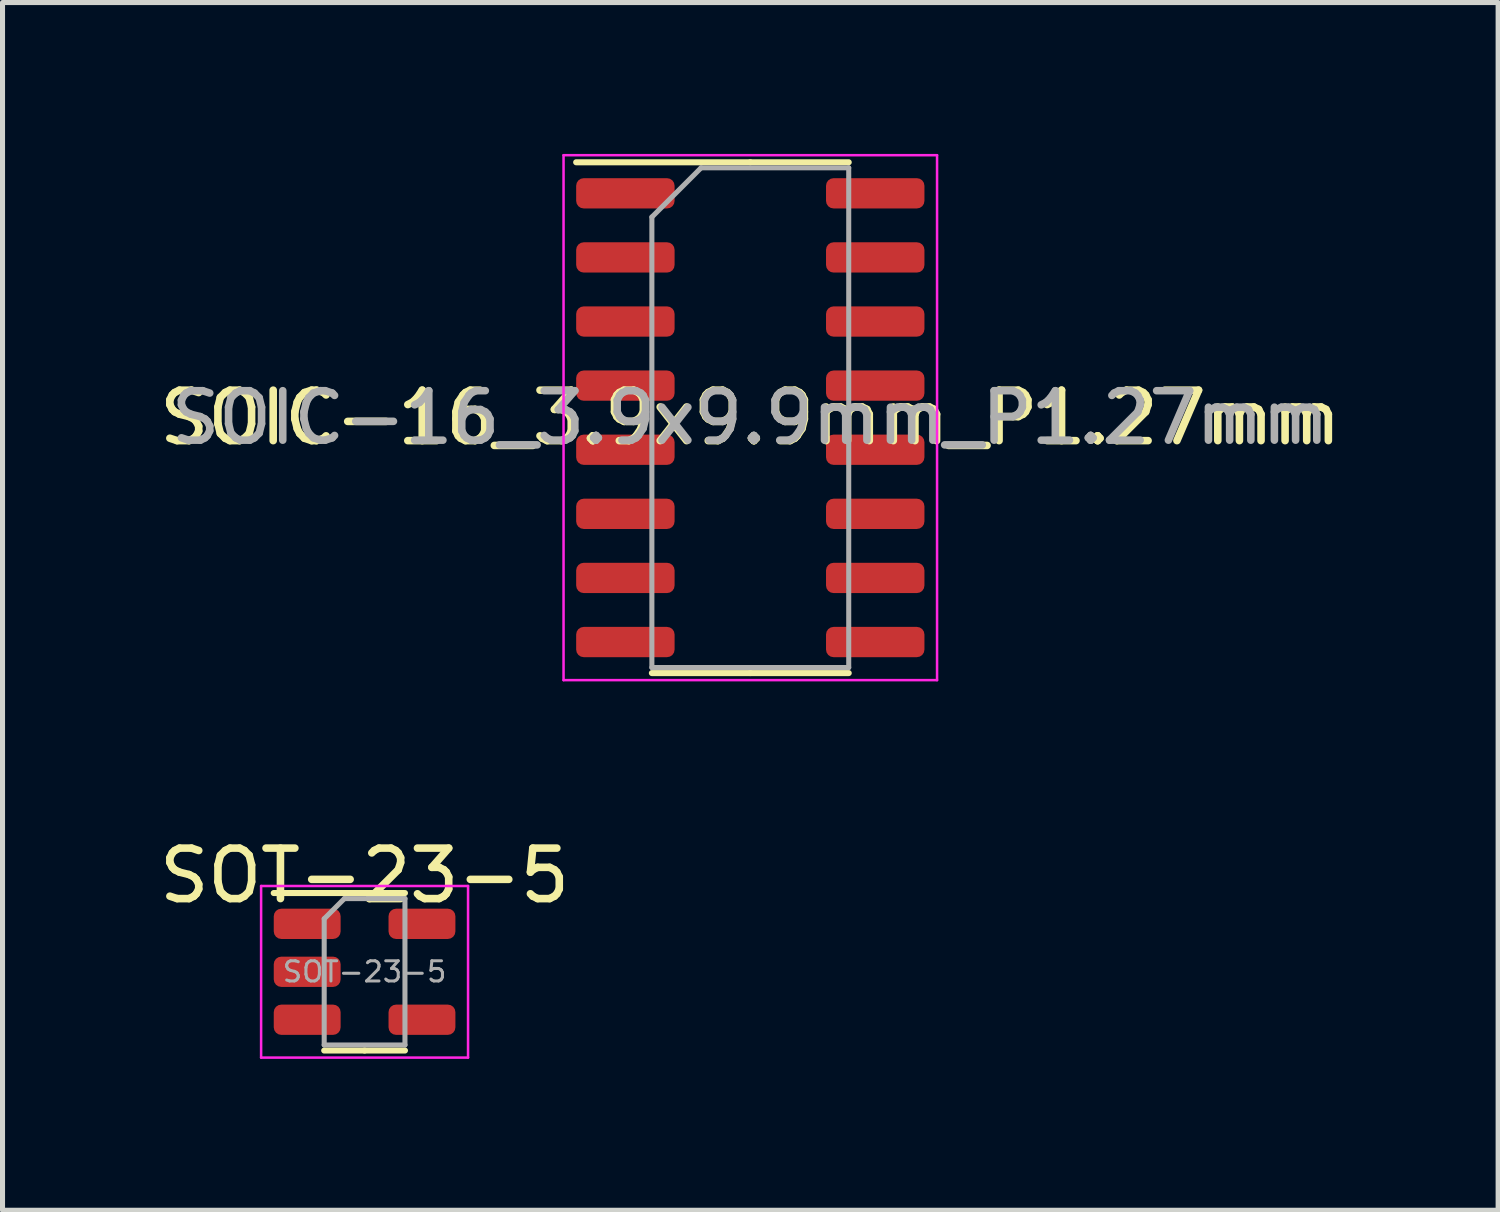
<source format=kicad_pcb>
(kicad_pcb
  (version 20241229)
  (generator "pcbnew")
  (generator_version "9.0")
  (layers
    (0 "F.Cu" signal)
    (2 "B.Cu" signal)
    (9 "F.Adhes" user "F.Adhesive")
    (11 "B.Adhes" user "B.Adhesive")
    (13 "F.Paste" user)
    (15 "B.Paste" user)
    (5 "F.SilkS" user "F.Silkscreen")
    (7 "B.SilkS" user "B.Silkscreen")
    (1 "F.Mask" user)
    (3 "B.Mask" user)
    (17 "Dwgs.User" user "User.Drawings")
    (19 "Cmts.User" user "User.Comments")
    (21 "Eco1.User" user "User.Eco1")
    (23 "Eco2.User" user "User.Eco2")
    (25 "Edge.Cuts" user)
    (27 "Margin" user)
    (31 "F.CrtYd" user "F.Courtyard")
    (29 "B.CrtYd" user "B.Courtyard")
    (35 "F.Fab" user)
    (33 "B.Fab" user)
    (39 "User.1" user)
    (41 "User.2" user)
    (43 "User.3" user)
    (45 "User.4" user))
  (footprint "SOT-23-5"
    (layer "F.Cu")
    (at 4.173 16.203)
    (property "Reference" "SOT-23-5" (at 0 -1.905 180) (layer "F.SilkS") (effects (font (size 1 1) (thickness 0.15))))
    (attr smd)
    (fp_line (start 0 -1.56) (end -1.8 -1.56) (stroke (width 0.12) (type solid)) (layer "F.SilkS"))
    (fp_line (start 0 -1.56) (end 0.8 -1.56) (stroke (width 0.12) (type solid)) (layer "F.SilkS"))
    (fp_line (start 0 1.56) (end -0.8 1.56) (stroke (width 0.12) (type solid)) (layer "F.SilkS"))
    (fp_line (start 0 1.56) (end 0.8 1.56) (stroke (width 0.12) (type solid)) (layer "F.SilkS"))
    (fp_line (start -2.05 -1.7) (end -2.05 1.7) (stroke (width 0.05) (type solid)) (layer "F.CrtYd"))
    (fp_line (start -2.05 1.7) (end 2.05 1.7) (stroke (width 0.05) (type solid)) (layer "F.CrtYd"))
    (fp_line (start 2.05 -1.7) (end -2.05 -1.7) (stroke (width 0.05) (type solid)) (layer "F.CrtYd"))
    (fp_line (start 2.05 1.7) (end 2.05 -1.7) (stroke (width 0.05) (type solid)) (layer "F.CrtYd"))
    (fp_line (start -0.8 -1.05) (end -0.4 -1.45) (stroke (width 0.1) (type solid)) (layer "F.Fab"))
    (fp_line (start -0.8 1.45) (end -0.8 -1.05) (stroke (width 0.1) (type solid)) (layer "F.Fab"))
    (fp_line (start -0.4 -1.45) (end 0.8 -1.45) (stroke (width 0.1) (type solid)) (layer "F.Fab"))
    (fp_line (start 0.8 -1.45) (end 0.8 1.45) (stroke (width 0.1) (type solid)) (layer "F.Fab"))
    (fp_line (start 0.8 1.45) (end -0.8 1.45) (stroke (width 0.1) (type solid)) (layer "F.Fab"))
    (fp_text user "${REFERENCE}" (at 0 0 180) (layer "F.Fab") (effects (font (size 0.4 0.4) (thickness 0.06))))
    (pad "1" smd roundrect (at -1.137 -0.95) (size 1.325 0.6) (layers "F.Cu" "F.Mask" "F.Paste") (roundrect_rratio 0.25))
    (pad "2" smd roundrect (at -1.137 0) (size 1.325 0.6) (layers "F.Cu" "F.Mask" "F.Paste") (roundrect_rratio 0.25))
    (pad "3" smd roundrect (at -1.137 0.95) (size 1.325 0.6) (layers "F.Cu" "F.Mask" "F.Paste") (roundrect_rratio 0.25))
    (pad "4" smd roundrect (at 1.137 0.95) (size 1.325 0.6) (layers "F.Cu" "F.Mask" "F.Paste") (roundrect_rratio 0.25))
    (pad "5" smd roundrect (at 1.137 -0.95) (size 1.325 0.6) (layers "F.Cu" "F.Mask" "F.Paste") (roundrect_rratio 0.25)))
  (footprint "SOIC-16_3.9x9.9mm_P1.27mm"
    (layer "F.Cu")
    (at 11.815 5.225)
    (property "Reference" "SOIC-16_3.9x9.9mm_P1.27mm" (at 0 0 0) (layer "F.SilkS") (effects (font (size 1 1) (thickness 0.15))))
    (attr smd)
    (fp_line (start 0 -5.06) (end -3.45 -5.06) (stroke (width 0.12) (type solid)) (layer "F.SilkS"))
    (fp_line (start 0 -5.06) (end 1.95 -5.06) (stroke (width 0.12) (type solid)) (layer "F.SilkS"))
    (fp_line (start 0 5.06) (end -1.95 5.06) (stroke (width 0.12) (type solid)) (layer "F.SilkS"))
    (fp_line (start 0 5.06) (end 1.95 5.06) (stroke (width 0.12) (type solid)) (layer "F.SilkS"))
    (fp_line (start -3.7 -5.2) (end -3.7 5.2) (stroke (width 0.05) (type solid)) (layer "F.CrtYd"))
    (fp_line (start -3.7 5.2) (end 3.7 5.2) (stroke (width 0.05) (type solid)) (layer "F.CrtYd"))
    (fp_line (start 3.7 -5.2) (end -3.7 -5.2) (stroke (width 0.05) (type solid)) (layer "F.CrtYd"))
    (fp_line (start 3.7 5.2) (end 3.7 -5.2) (stroke (width 0.05) (type solid)) (layer "F.CrtYd"))
    (fp_line (start -1.95 -3.975) (end -0.975 -4.95) (stroke (width 0.1) (type solid)) (layer "F.Fab"))
    (fp_line (start -1.95 4.95) (end -1.95 -3.975) (stroke (width 0.1) (type solid)) (layer "F.Fab"))
    (fp_line (start -0.975 -4.95) (end 1.95 -4.95) (stroke (width 0.1) (type solid)) (layer "F.Fab"))
    (fp_line (start 1.95 -4.95) (end 1.95 4.95) (stroke (width 0.1) (type solid)) (layer "F.Fab"))
    (fp_line (start 1.95 4.95) (end -1.95 4.95) (stroke (width 0.1) (type solid)) (layer "F.Fab"))
    (fp_text user "${REFERENCE}" (at 0 0 0) (layer "F.Fab") (effects (font (size 0.98 0.98) (thickness 0.15))))
    (pad "1" smd roundrect (at -2.475 -4.445) (size 1.95 0.6) (layers "F.Cu" "F.Mask" "F.Paste") (roundrect_rratio 0.25))
    (pad "2" smd roundrect (at -2.475 -3.175) (size 1.95 0.6) (layers "F.Cu" "F.Mask" "F.Paste") (roundrect_rratio 0.25))
    (pad "3" smd roundrect (at -2.475 -1.905) (size 1.95 0.6) (layers "F.Cu" "F.Mask" "F.Paste") (roundrect_rratio 0.25))
    (pad "4" smd roundrect (at -2.475 -0.635) (size 1.95 0.6) (layers "F.Cu" "F.Mask" "F.Paste") (roundrect_rratio 0.25))
    (pad "5" smd roundrect (at -2.475 0.635) (size 1.95 0.6) (layers "F.Cu" "F.Mask" "F.Paste") (roundrect_rratio 0.25))
    (pad "6" smd roundrect (at -2.475 1.905) (size 1.95 0.6) (layers "F.Cu" "F.Mask" "F.Paste") (roundrect_rratio 0.25))
    (pad "7" smd roundrect (at -2.475 3.175) (size 1.95 0.6) (layers "F.Cu" "F.Mask" "F.Paste") (roundrect_rratio 0.25))
    (pad "8" smd roundrect (at -2.475 4.445) (size 1.95 0.6) (layers "F.Cu" "F.Mask" "F.Paste") (roundrect_rratio 0.25))
    (pad "9" smd roundrect (at 2.475 4.445) (size 1.95 0.6) (layers "F.Cu" "F.Mask" "F.Paste") (roundrect_rratio 0.25))
    (pad "10" smd roundrect (at 2.475 3.175) (size 1.95 0.6) (layers "F.Cu" "F.Mask" "F.Paste") (roundrect_rratio 0.25))
    (pad "11" smd roundrect (at 2.475 1.905) (size 1.95 0.6) (layers "F.Cu" "F.Mask" "F.Paste") (roundrect_rratio 0.25))
    (pad "12" smd roundrect (at 2.475 0.635) (size 1.95 0.6) (layers "F.Cu" "F.Mask" "F.Paste") (roundrect_rratio 0.25))
    (pad "13" smd roundrect (at 2.475 -0.635) (size 1.95 0.6) (layers "F.Cu" "F.Mask" "F.Paste") (roundrect_rratio 0.25))
    (pad "14" smd roundrect (at 2.475 -1.905) (size 1.95 0.6) (layers "F.Cu" "F.Mask" "F.Paste") (roundrect_rratio 0.25))
    (pad "15" smd roundrect (at 2.475 -3.175) (size 1.95 0.6) (layers "F.Cu" "F.Mask" "F.Paste") (roundrect_rratio 0.25))
    (pad "16" smd roundrect (at 2.475 -4.445) (size 1.95 0.6) (layers "F.Cu" "F.Mask" "F.Paste") (roundrect_rratio 0.25)))
  (gr_rect
    (start -3 -3)
    (end 26.631 20.928)
    (stroke (width 0.1) (type default))
    (fill no)
    (layer "Edge.Cuts")))
</source>
